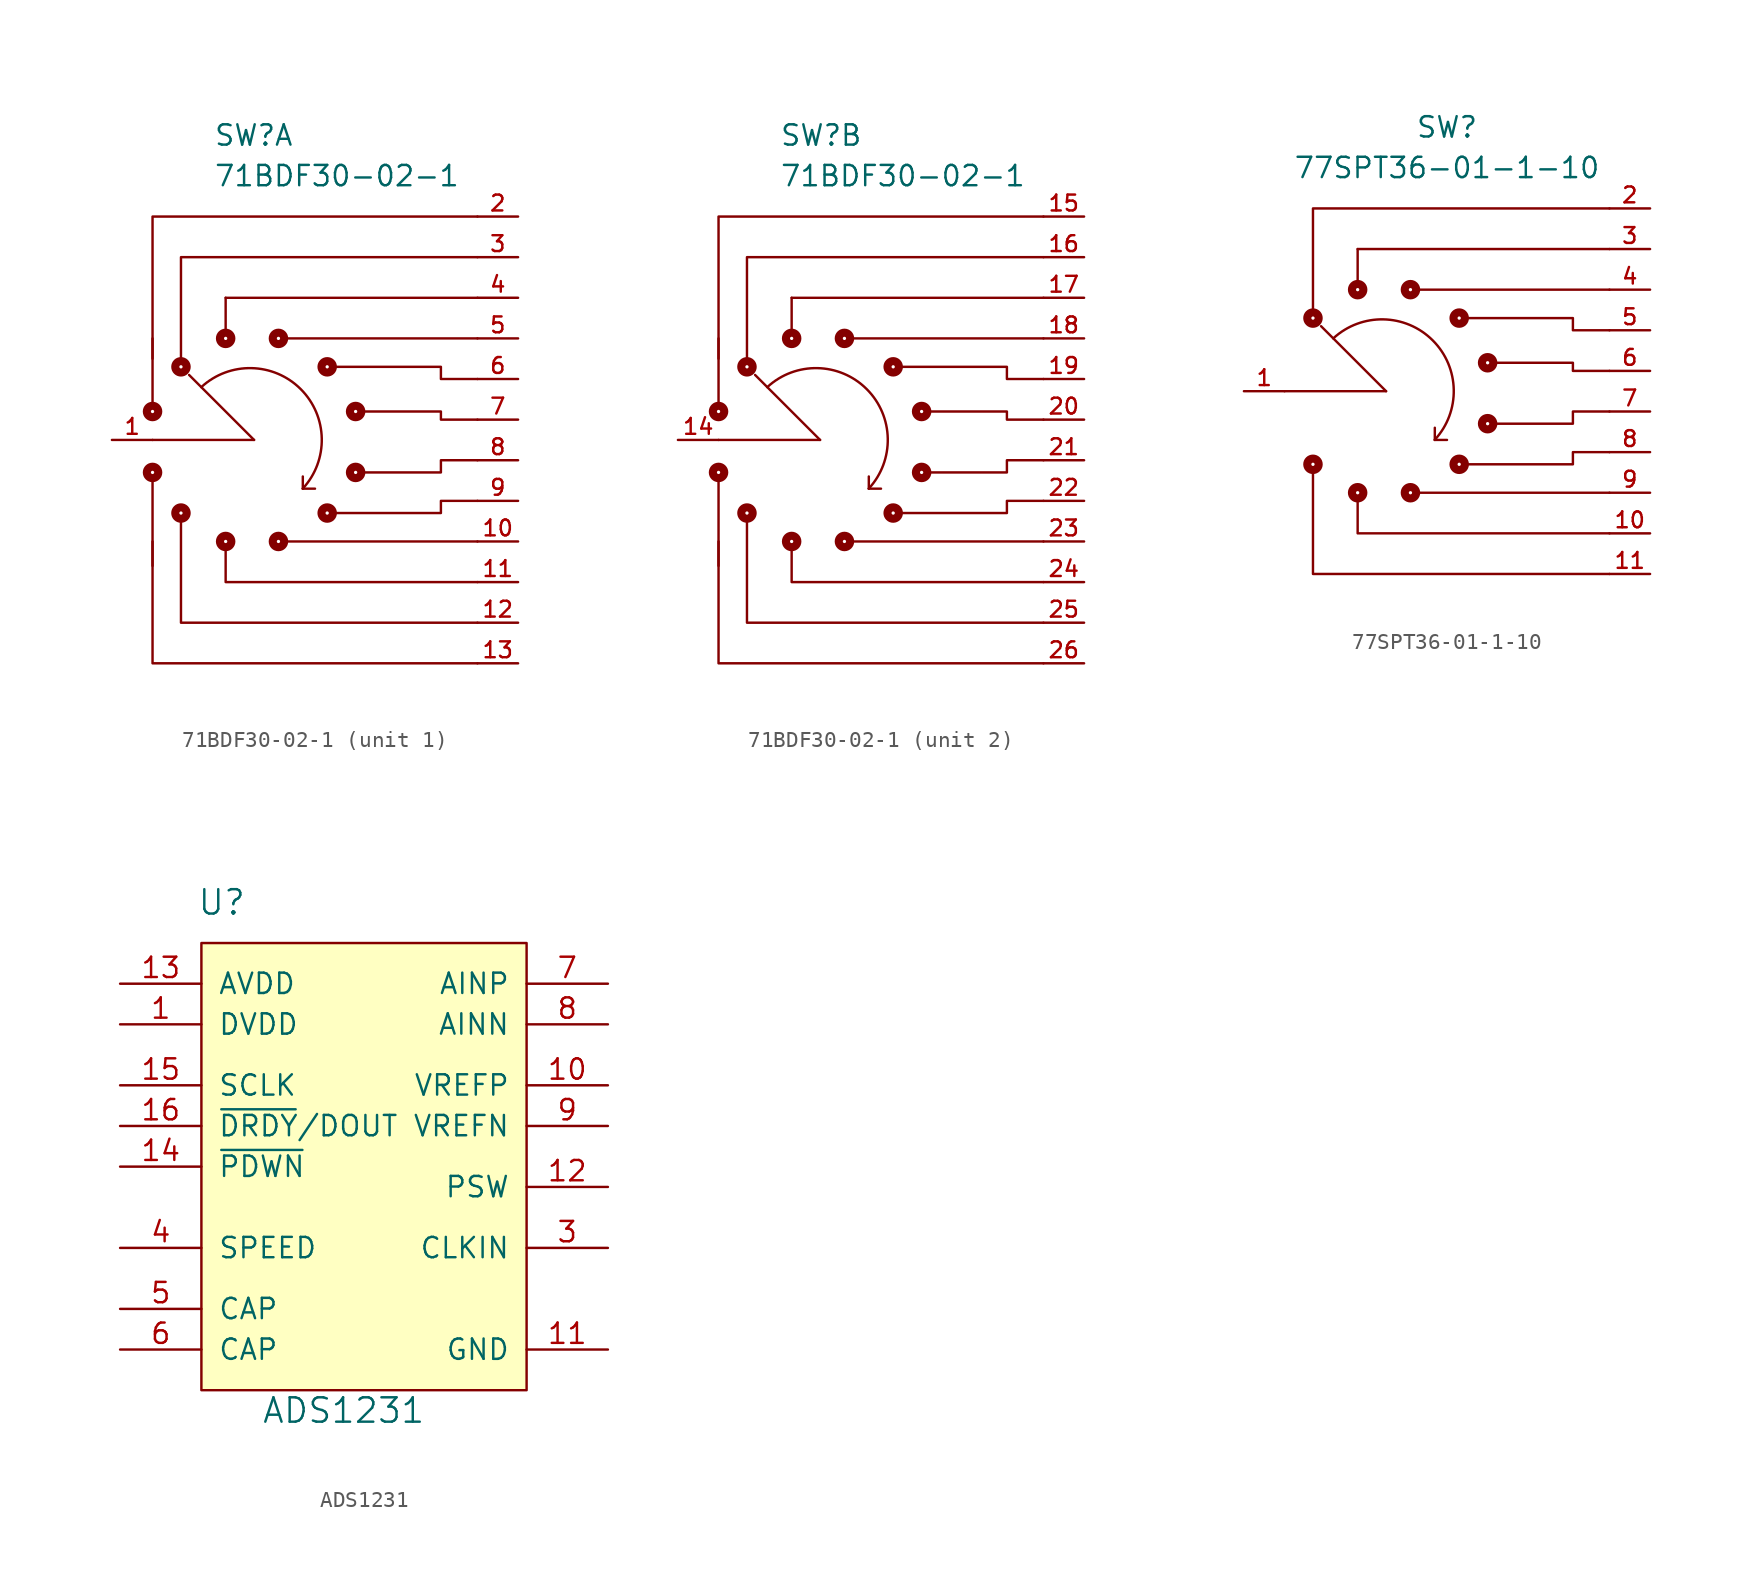
<source format=kicad_sym>
(kicad_symbol_lib
  (version 20201005)
  (generator kicad_symbol_editor)
  (symbol "goyman:71BDF30-02-1"
    (pin_names
      (offset 1.016))
    (property "Reference" "SW"
      (at -2.54 19.05 0)
      (effects (font (size 1.27 1.27)) (justify left)))
    (property "Value" "71BDF30-02-1"
      (at -2.54 16.51 0)
      (effects (font (size 1.27 1.27)) (justify left)))
    (symbol "71BDF30-02-1_0_1"
      (polyline (pts (xy -6.35 -2.54) (xy -6.35 -7.874)) (stroke (width 0)) (fill (type none)))
      (polyline (pts (xy 13.97 -13.97) (xy -6.35 -13.97) (xy -6.35 -6.35)) (stroke (width 0)) (fill (type none))))
    (symbol "71BDF30-02-1_1_0"
      (arc (start -3.302 3.302) (end 3.048 -3.048) (radius (at -0.254 0) (length 4.4958) (angles 132.7 -42.7)) (stroke (width 0.1524)) (fill (type none)))
      (circle (center -6.35 -2.032) (radius 0.356) (stroke (width 0.508)) (fill (type none)))
      (circle (center -6.35 1.778) (radius 0.356) (stroke (width 0.508)) (fill (type none)))
      (circle (center -4.572 -4.572) (radius 0.356) (stroke (width 0.508)) (fill (type none)))
      (circle (center -4.572 4.572) (radius 0.356) (stroke (width 0.508)) (fill (type none)))
      (circle (center -1.778 -6.35) (radius 0.356) (stroke (width 0.508)) (fill (type none)))
      (circle (center -1.778 6.35) (radius 0.356) (stroke (width 0.508)) (fill (type none)))
      (circle (center 1.524 -6.35) (radius 0.356) (stroke (width 0.508)) (fill (type none)))
      (circle (center 1.524 6.35) (radius 0.356) (stroke (width 0.508)) (fill (type none)))
      (circle (center 4.572 -4.572) (radius 0.356) (stroke (width 0.508)) (fill (type none)))
      (circle (center 4.572 4.572) (radius 0.356) (stroke (width 0.508)) (fill (type none)))
      (circle (center 6.35 -2.032) (radius 0.356) (stroke (width 0.508)) (fill (type none)))
      (circle (center 6.35 1.778) (radius 0.356) (stroke (width 0.508)) (fill (type none)))
      (polyline (pts (xy -1.778 6.604) (xy -1.778 8.89)) (stroke (width 0.152)) (fill (type none)))
      (polyline (pts (xy -1.778 8.89) (xy 13.97 8.89)) (stroke (width 0.152)) (fill (type none)))
      (polyline (pts (xy 0 0) (xy -6.35 0)) (stroke (width 0.152)) (fill (type none)))
      (polyline (pts (xy 0 0) (xy -4.064 4.064)) (stroke (width 0.152)) (fill (type none)))
      (polyline (pts (xy 1.778 -6.35) (xy 13.97 -6.35)) (stroke (width 0.152)) (fill (type none)))
      (polyline (pts (xy 1.778 6.35) (xy 13.97 6.35)) (stroke (width 0.152)) (fill (type none)))
      (polyline (pts (xy 3.048 -3.048) (xy 3.048 -2.286)) (stroke (width 0.152)) (fill (type none)))
      (polyline (pts (xy 3.048 -3.048) (xy 3.81 -3.048)) (stroke (width 0.152)) (fill (type none)))
      (polyline (pts (xy -4.572 -4.826) (xy -4.572 -11.43) (xy 13.97 -11.43)) (stroke (width 0.152)) (fill (type none)))
      (polyline (pts (xy -4.572 5.08) (xy -4.572 11.43) (xy 13.97 11.43)) (stroke (width 0.152)) (fill (type none)))
      (polyline (pts (xy -1.778 -6.604) (xy -1.778 -8.89) (xy 13.97 -8.89)) (stroke (width 0.152)) (fill (type none)))
      (polyline (pts (xy 4.826 -4.572) (xy 11.684 -4.572) (xy 11.684 -3.81) (xy 13.97 -3.81)) (stroke (width 0.152)) (fill (type none)))
      (polyline (pts (xy 4.826 4.572) (xy 11.684 4.572) (xy 11.684 3.81) (xy 13.97 3.81)) (stroke (width 0.152)) (fill (type none)))
      (polyline (pts (xy 6.604 -2.032) (xy 11.684 -2.032) (xy 11.684 -1.27) (xy 13.97 -1.27)) (stroke (width 0.152)) (fill (type none)))
      (polyline (pts (xy 6.604 1.778) (xy 11.684 1.778) (xy 11.684 1.27) (xy 13.97 1.27)) (stroke (width 0.152)) (fill (type none))))
    (symbol "71BDF30-02-1_1_1"
      (polyline (pts (xy -6.35 2.286) (xy -6.35 6.35)) (stroke (width 0)) (fill (type none)))
      (polyline (pts (xy -6.35 5.08) (xy -6.35 13.97) (xy 13.97 13.97)) (stroke (width 0)) (fill (type none)))
      (pin passive line (at -8.89 0 0) (length 2.54) (name "~" (effects (font (size 0.991 0.991)))) (number "1" (effects (font (size 0.991 0.991)))))
      (pin passive line (at 16.51 -6.35 180) (length 2.54) (name "~" (effects (font (size 0.991 0.991)))) (number "10" (effects (font (size 0.991 0.991)))))
      (pin passive line (at 16.51 -8.89 180) (length 2.54) (name "~" (effects (font (size 0.991 0.991)))) (number "11" (effects (font (size 0.991 0.991)))))
      (pin input line (at 16.51 -11.43 180) (length 2.54) (name "~" (effects (font (size 0.991 0.991)))) (number "12" (effects (font (size 0.991 0.991)))))
      (pin input line (at 16.51 -13.97 180) (length 2.54) (name "~" (effects (font (size 0.991 0.991)))) (number "13" (effects (font (size 0.991 0.991)))))
      (pin passive line (at 16.51 13.97 180) (length 2.54) (name "~" (effects (font (size 0.991 0.991)))) (number "2" (effects (font (size 0.991 0.991)))))
      (pin passive line (at 16.51 11.43 180) (length 2.54) (name "~" (effects (font (size 0.991 0.991)))) (number "3" (effects (font (size 0.991 0.991)))))
      (pin passive line (at 16.51 8.89 180) (length 2.54) (name "~" (effects (font (size 0.991 0.991)))) (number "4" (effects (font (size 0.991 0.991)))))
      (pin passive line (at 16.51 6.35 180) (length 2.54) (name "~" (effects (font (size 0.991 0.991)))) (number "5" (effects (font (size 0.991 0.991)))))
      (pin passive line (at 16.51 3.81 180) (length 2.54) (name "~" (effects (font (size 0.991 0.991)))) (number "6" (effects (font (size 0.991 0.991)))))
      (pin passive line (at 16.51 1.27 180) (length 2.54) (name "~" (effects (font (size 0.991 0.991)))) (number "7" (effects (font (size 0.991 0.991)))))
      (pin passive line (at 16.51 -1.27 180) (length 2.54) (name "~" (effects (font (size 0.991 0.991)))) (number "8" (effects (font (size 0.991 0.991)))))
      (pin passive line (at 16.51 -3.81 180) (length 2.54) (name "~" (effects (font (size 0.991 0.991)))) (number "9" (effects (font (size 0.991 0.991))))))
    (symbol "71BDF30-02-1_2_0"
      (arc (start -3.302 3.302) (end 3.048 -3.048) (radius (at -0.254 0) (length 4.4958) (angles 132.7 -42.7)) (stroke (width 0.1524)) (fill (type none)))
      (circle (center -6.35 -2.032) (radius 0.356) (stroke (width 0.508)) (fill (type none)))
      (circle (center -6.35 1.778) (radius 0.356) (stroke (width 0.508)) (fill (type none)))
      (circle (center -4.572 -4.572) (radius 0.356) (stroke (width 0.508)) (fill (type none)))
      (circle (center -4.572 4.572) (radius 0.356) (stroke (width 0.508)) (fill (type none)))
      (circle (center -1.778 -6.35) (radius 0.356) (stroke (width 0.508)) (fill (type none)))
      (circle (center -1.778 6.35) (radius 0.356) (stroke (width 0.508)) (fill (type none)))
      (circle (center 1.524 -6.35) (radius 0.356) (stroke (width 0.508)) (fill (type none)))
      (circle (center 1.524 6.35) (radius 0.356) (stroke (width 0.508)) (fill (type none)))
      (circle (center 4.572 -4.572) (radius 0.356) (stroke (width 0.508)) (fill (type none)))
      (circle (center 4.572 4.572) (radius 0.356) (stroke (width 0.508)) (fill (type none)))
      (circle (center 6.35 -2.032) (radius 0.356) (stroke (width 0.508)) (fill (type none)))
      (circle (center 6.35 1.778) (radius 0.356) (stroke (width 0.508)) (fill (type none)))
      (polyline (pts (xy -1.778 6.604) (xy -1.778 8.89)) (stroke (width 0.152)) (fill (type none)))
      (polyline (pts (xy -1.778 8.89) (xy 13.97 8.89)) (stroke (width 0.152)) (fill (type none)))
      (polyline (pts (xy 0 0) (xy -6.35 0)) (stroke (width 0.152)) (fill (type none)))
      (polyline (pts (xy 0 0) (xy -4.064 4.064)) (stroke (width 0.152)) (fill (type none)))
      (polyline (pts (xy 1.778 -6.35) (xy 13.97 -6.35)) (stroke (width 0.152)) (fill (type none)))
      (polyline (pts (xy 1.778 6.35) (xy 13.97 6.35)) (stroke (width 0.152)) (fill (type none)))
      (polyline (pts (xy 3.048 -3.048) (xy 3.048 -2.286)) (stroke (width 0.152)) (fill (type none)))
      (polyline (pts (xy 3.048 -3.048) (xy 3.81 -3.048)) (stroke (width 0.152)) (fill (type none)))
      (polyline (pts (xy -4.572 -4.826) (xy -4.572 -11.43) (xy 13.97 -11.43)) (stroke (width 0.152)) (fill (type none)))
      (polyline (pts (xy -4.572 5.08) (xy -4.572 11.43) (xy 13.97 11.43)) (stroke (width 0.152)) (fill (type none)))
      (polyline (pts (xy -1.778 -6.604) (xy -1.778 -8.89) (xy 13.97 -8.89)) (stroke (width 0.152)) (fill (type none)))
      (polyline (pts (xy 4.826 -4.572) (xy 11.684 -4.572) (xy 11.684 -3.81) (xy 13.97 -3.81)) (stroke (width 0.152)) (fill (type none)))
      (polyline (pts (xy 4.826 4.572) (xy 11.684 4.572) (xy 11.684 3.81) (xy 13.97 3.81)) (stroke (width 0.152)) (fill (type none)))
      (polyline (pts (xy 6.604 -2.032) (xy 11.684 -2.032) (xy 11.684 -1.27) (xy 13.97 -1.27)) (stroke (width 0.152)) (fill (type none)))
      (polyline (pts (xy 6.604 1.778) (xy 11.684 1.778) (xy 11.684 1.27) (xy 13.97 1.27)) (stroke (width 0.152)) (fill (type none))))
    (symbol "71BDF30-02-1_2_1"
      (polyline (pts (xy -6.35 2.286) (xy -6.35 6.35)) (stroke (width 0)) (fill (type none)))
      (polyline (pts (xy -6.35 5.08) (xy -6.35 13.97) (xy 13.97 13.97)) (stroke (width 0)) (fill (type none)))
      (pin passive line (at -8.89 0 0) (length 2.54) (name "~" (effects (font (size 0.991 0.991)))) (number "14" (effects (font (size 0.991 0.991)))))
      (pin passive line (at 16.51 13.97 180) (length 2.54) (name "~" (effects (font (size 0.991 0.991)))) (number "15" (effects (font (size 0.991 0.991)))))
      (pin passive line (at 16.51 11.43 180) (length 2.54) (name "~" (effects (font (size 0.991 0.991)))) (number "16" (effects (font (size 0.991 0.991)))))
      (pin passive line (at 16.51 8.89 180) (length 2.54) (name "~" (effects (font (size 0.991 0.991)))) (number "17" (effects (font (size 0.991 0.991)))))
      (pin passive line (at 16.51 6.35 180) (length 2.54) (name "~" (effects (font (size 0.991 0.991)))) (number "18" (effects (font (size 0.991 0.991)))))
      (pin passive line (at 16.51 3.81 180) (length 2.54) (name "~" (effects (font (size 0.991 0.991)))) (number "19" (effects (font (size 0.991 0.991)))))
      (pin passive line (at 16.51 1.27 180) (length 2.54) (name "~" (effects (font (size 0.991 0.991)))) (number "20" (effects (font (size 0.991 0.991)))))
      (pin passive line (at 16.51 -1.27 180) (length 2.54) (name "~" (effects (font (size 0.991 0.991)))) (number "21" (effects (font (size 0.991 0.991)))))
      (pin passive line (at 16.51 -3.81 180) (length 2.54) (name "~" (effects (font (size 0.991 0.991)))) (number "22" (effects (font (size 0.991 0.991)))))
      (pin passive line (at 16.51 -6.35 180) (length 2.54) (name "~" (effects (font (size 0.991 0.991)))) (number "23" (effects (font (size 0.991 0.991)))))
      (pin passive line (at 16.51 -8.89 180) (length 2.54) (name "~" (effects (font (size 0.991 0.991)))) (number "24" (effects (font (size 0.991 0.991)))))
      (pin input line (at 16.51 -11.43 180) (length 2.54) (name "~" (effects (font (size 0.991 0.991)))) (number "25" (effects (font (size 0.991 0.991)))))
      (pin input line (at 16.51 -13.97 180) (length 2.54) (name "~" (effects (font (size 0.991 0.991)))) (number "26" (effects (font (size 0.991 0.991)))))))
  (symbol "goyman:77SPT36-01-1-10"
    (pin_names
      (offset 1.016))
    (property "Reference" "SW"
      (at 3.81 16.51 0)
      (effects (font (size 1.27 1.27))))
    (property "Value" "77SPT36-01-1-10"
      (at 3.81 13.97 0)
      (effects (font (size 1.27 1.27))))
    (symbol "77SPT36-01-1-10_0_0"
      (arc (start -3.302 3.302) (end 3.048 -3.048) (radius (at -0.254 0) (length 4.4958) (angles 132.7 -42.7)) (stroke (width 0.1524)) (fill (type none)))
      (circle (center -4.572 -4.572) (radius 0.356) (stroke (width 0.508)) (fill (type none)))
      (circle (center -4.572 4.572) (radius 0.356) (stroke (width 0.508)) (fill (type none)))
      (circle (center -1.778 -6.35) (radius 0.356) (stroke (width 0.508)) (fill (type none)))
      (circle (center -1.778 6.35) (radius 0.356) (stroke (width 0.508)) (fill (type none)))
      (circle (center 1.524 -6.35) (radius 0.356) (stroke (width 0.508)) (fill (type none)))
      (circle (center 1.524 6.35) (radius 0.356) (stroke (width 0.508)) (fill (type none)))
      (circle (center 4.572 -4.572) (radius 0.356) (stroke (width 0.508)) (fill (type none)))
      (circle (center 4.572 4.572) (radius 0.356) (stroke (width 0.508)) (fill (type none)))
      (circle (center 6.35 -2.032) (radius 0.356) (stroke (width 0.508)) (fill (type none)))
      (circle (center 6.35 1.778) (radius 0.356) (stroke (width 0.508)) (fill (type none)))
      (polyline (pts (xy -1.778 6.604) (xy -1.778 8.89)) (stroke (width 0.152)) (fill (type none)))
      (polyline (pts (xy -1.778 8.89) (xy 13.97 8.89)) (stroke (width 0.152)) (fill (type none)))
      (polyline (pts (xy 0 0) (xy -6.35 0)) (stroke (width 0.152)) (fill (type none)))
      (polyline (pts (xy 0 0) (xy -4.064 4.064)) (stroke (width 0.152)) (fill (type none)))
      (polyline (pts (xy 1.778 -6.35) (xy 13.97 -6.35)) (stroke (width 0.152)) (fill (type none)))
      (polyline (pts (xy 1.778 6.35) (xy 13.97 6.35)) (stroke (width 0.152)) (fill (type none)))
      (polyline (pts (xy 3.048 -3.048) (xy 3.048 -2.286)) (stroke (width 0.152)) (fill (type none)))
      (polyline (pts (xy 3.048 -3.048) (xy 3.81 -3.048)) (stroke (width 0.152)) (fill (type none)))
      (polyline (pts (xy -4.572 -4.826) (xy -4.572 -11.43) (xy 13.97 -11.43)) (stroke (width 0.152)) (fill (type none)))
      (polyline (pts (xy -4.572 5.08) (xy -4.572 11.43) (xy 13.97 11.43)) (stroke (width 0.152)) (fill (type none)))
      (polyline (pts (xy -1.778 -6.604) (xy -1.778 -8.89) (xy 13.97 -8.89)) (stroke (width 0.152)) (fill (type none)))
      (polyline (pts (xy 4.826 -4.572) (xy 11.684 -4.572) (xy 11.684 -3.81) (xy 13.97 -3.81)) (stroke (width 0.152)) (fill (type none)))
      (polyline (pts (xy 4.826 4.572) (xy 11.684 4.572) (xy 11.684 3.81) (xy 13.97 3.81)) (stroke (width 0.152)) (fill (type none)))
      (polyline (pts (xy 6.604 -2.032) (xy 11.684 -2.032) (xy 11.684 -1.27) (xy 13.97 -1.27)) (stroke (width 0.152)) (fill (type none)))
      (polyline (pts (xy 6.604 1.778) (xy 11.684 1.778) (xy 11.684 1.27) (xy 13.97 1.27)) (stroke (width 0.152)) (fill (type none))))
    (symbol "77SPT36-01-1-10_1_1"
      (pin passive line (at -8.89 0 0) (length 2.54) (name "~" (effects (font (size 0.991 0.991)))) (number "1" (effects (font (size 0.991 0.991)))))
      (pin passive line (at 16.51 -8.89 180) (length 2.54) (name "~" (effects (font (size 0.991 0.991)))) (number "10" (effects (font (size 0.991 0.991)))))
      (pin passive line (at 16.51 -11.43 180) (length 2.54) (name "~" (effects (font (size 0.991 0.991)))) (number "11" (effects (font (size 0.991 0.991)))))
      (pin passive line (at 16.51 11.43 180) (length 2.54) (name "~" (effects (font (size 0.991 0.991)))) (number "2" (effects (font (size 0.991 0.991)))))
      (pin passive line (at 16.51 8.89 180) (length 2.54) (name "~" (effects (font (size 0.991 0.991)))) (number "3" (effects (font (size 0.991 0.991)))))
      (pin passive line (at 16.51 6.35 180) (length 2.54) (name "~" (effects (font (size 0.991 0.991)))) (number "4" (effects (font (size 0.991 0.991)))))
      (pin passive line (at 16.51 3.81 180) (length 2.54) (name "~" (effects (font (size 0.991 0.991)))) (number "5" (effects (font (size 0.991 0.991)))))
      (pin passive line (at 16.51 1.27 180) (length 2.54) (name "~" (effects (font (size 0.991 0.991)))) (number "6" (effects (font (size 0.991 0.991)))))
      (pin passive line (at 16.51 -1.27 180) (length 2.54) (name "~" (effects (font (size 0.991 0.991)))) (number "7" (effects (font (size 0.991 0.991)))))
      (pin passive line (at 16.51 -3.81 180) (length 2.54) (name "~" (effects (font (size 0.991 0.991)))) (number "8" (effects (font (size 0.991 0.991)))))
      (pin passive line (at 16.51 -6.35 180) (length 2.54) (name "~" (effects (font (size 0.991 0.991)))) (number "9" (effects (font (size 0.991 0.991)))))))
  (symbol "goyman:ADS1231"
    (pin_names
      (offset 1.016))
    (property "Reference" "U"
      (at 1.27 2.54 0)
      (effects (font (size 1.524 1.524))))
    (property "Value" "ADS1231"
      (at 8.89 -29.21 0)
      (effects (font (size 1.524 1.524))))
    (symbol "ADS1231_0_1"
      (rectangle (start 0 0) (end 20.32 -27.94) (stroke (width 0)) (fill (type background))))
    (symbol "ADS1231_1_1"
      (pin input line (at -5.08 -5.08 0) (length 5.08) (name "DVDD" (effects (font (size 1.27 1.27)))) (number "1" (effects (font (size 1.27 1.27)))))
      (pin input line (at 25.4 -8.89 180) (length 5.08) (name "VREFP" (effects (font (size 1.27 1.27)))) (number "10" (effects (font (size 1.27 1.27)))))
      (pin input line (at 25.4 -25.4 180) (length 5.08) (name "GND" (effects (font (size 1.27 1.27)))) (number "11" (effects (font (size 1.27 1.27)))))
      (pin input line (at 25.4 -15.24 180) (length 5.08) (name "PSW" (effects (font (size 1.27 1.27)))) (number "12" (effects (font (size 1.27 1.27)))))
      (pin input line (at -5.08 -2.54 0) (length 5.08) (name "AVDD" (effects (font (size 1.27 1.27)))) (number "13" (effects (font (size 1.27 1.27)))))
      (pin input line (at -5.08 -13.97 0) (length 5.08) (name "~PDWN~" (effects (font (size 1.27 1.27)))) (number "14" (effects (font (size 1.27 1.27)))))
      (pin input line (at -5.08 -8.89 0) (length 5.08) (name "SCLK" (effects (font (size 1.27 1.27)))) (number "15" (effects (font (size 1.27 1.27)))))
      (pin input line (at -5.08 -11.43 0) (length 5.08) (name "~DRDY~/DOUT" (effects (font (size 1.27 1.27)))) (number "16" (effects (font (size 1.27 1.27)))))
      (pin input line (at 25.4 -25.4 180) (length 5.08) hide (name "GND" (effects (font (size 1.27 1.27)))) (number "2" (effects (font (size 1.27 1.27)))))
      (pin input line (at 25.4 -19.05 180) (length 5.08) (name "CLKIN" (effects (font (size 1.27 1.27)))) (number "3" (effects (font (size 1.27 1.27)))))
      (pin input line (at -5.08 -19.05 0) (length 5.08) (name "SPEED" (effects (font (size 1.27 1.27)))) (number "4" (effects (font (size 1.27 1.27)))))
      (pin input line (at -5.08 -22.86 0) (length 5.08) (name "CAP" (effects (font (size 1.27 1.27)))) (number "5" (effects (font (size 1.27 1.27)))))
      (pin input line (at -5.08 -25.4 0) (length 5.08) (name "CAP" (effects (font (size 1.27 1.27)))) (number "6" (effects (font (size 1.27 1.27)))))
      (pin input line (at 25.4 -2.54 180) (length 5.08) (name "AINP" (effects (font (size 1.27 1.27)))) (number "7" (effects (font (size 1.27 1.27)))))
      (pin input line (at 25.4 -5.08 180) (length 5.08) (name "AINN" (effects (font (size 1.27 1.27)))) (number "8" (effects (font (size 1.27 1.27)))))
      (pin input line (at 25.4 -11.43 180) (length 5.08) (name "VREFN" (effects (font (size 1.27 1.27)))) (number "9" (effects (font (size 1.27 1.27))))))))
</source>
